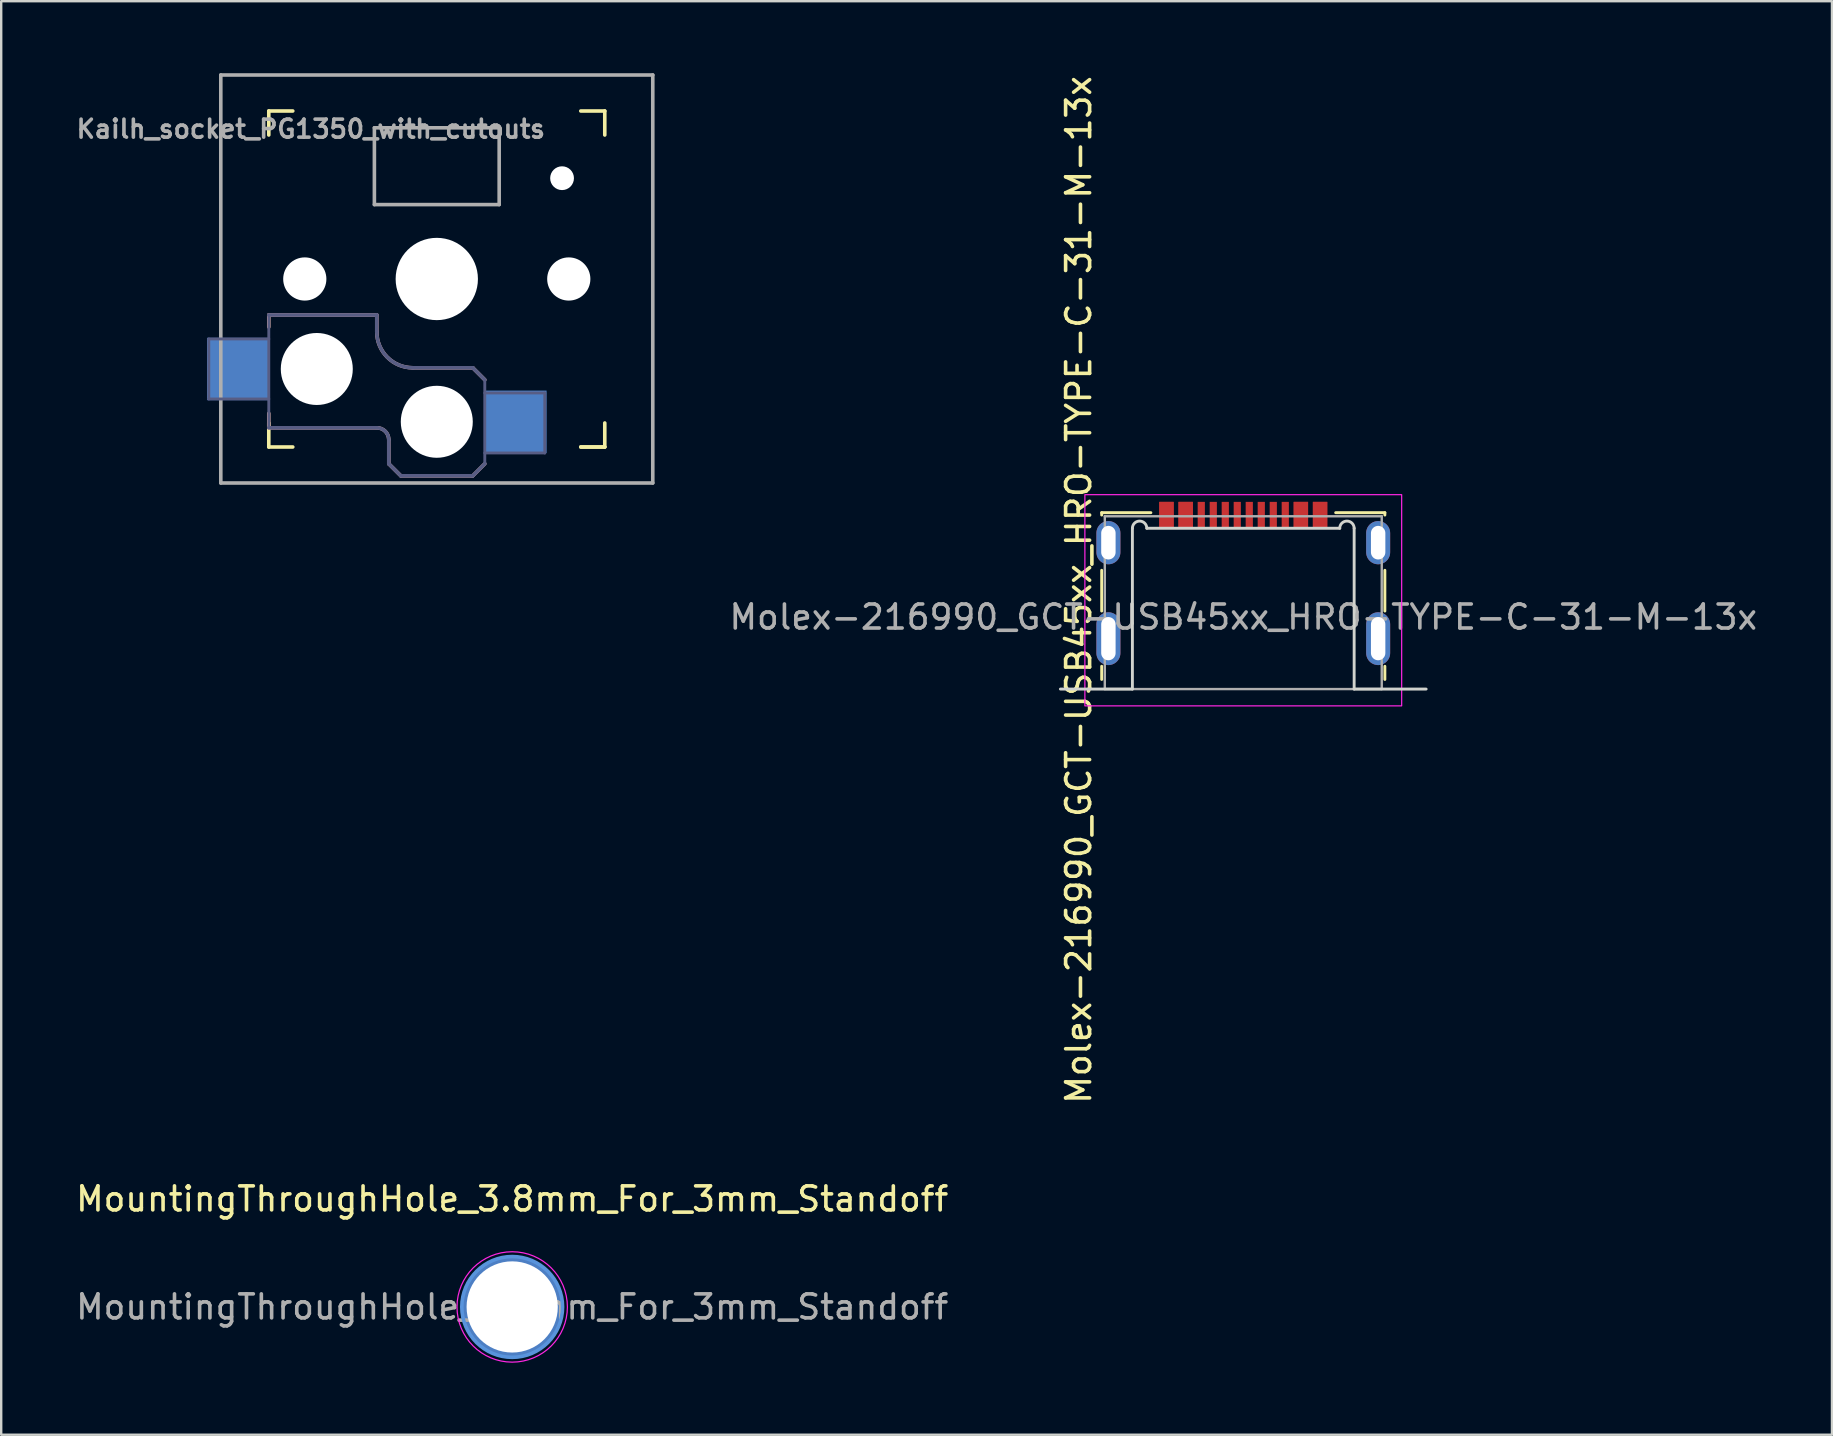
<source format=kicad_pcb>
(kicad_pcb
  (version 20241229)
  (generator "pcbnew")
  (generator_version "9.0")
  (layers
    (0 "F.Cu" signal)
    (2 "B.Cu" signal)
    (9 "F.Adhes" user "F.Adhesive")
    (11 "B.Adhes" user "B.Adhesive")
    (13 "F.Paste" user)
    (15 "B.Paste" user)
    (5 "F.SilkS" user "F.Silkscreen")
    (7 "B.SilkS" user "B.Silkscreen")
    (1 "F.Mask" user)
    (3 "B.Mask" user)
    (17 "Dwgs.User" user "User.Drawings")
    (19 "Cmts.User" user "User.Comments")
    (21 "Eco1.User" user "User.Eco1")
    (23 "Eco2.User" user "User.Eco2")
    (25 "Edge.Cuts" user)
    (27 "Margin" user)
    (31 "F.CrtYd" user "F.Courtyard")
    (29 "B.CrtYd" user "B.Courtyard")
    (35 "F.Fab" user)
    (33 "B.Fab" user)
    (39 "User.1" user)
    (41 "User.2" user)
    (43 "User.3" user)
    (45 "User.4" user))
  (footprint "MountingThroughHole_3.8mm_For_3mm_Standoff"
    (layer "F.Cu")
    (at 18.292 51.408)
    (property "Reference" "MountingThroughHole_3.8mm_For_3mm_Standoff" (at 0 -4.5 0) (layer "F.SilkS") (effects (font (size 1 1) (thickness 0.15))))
    (attr exclude_from_pos_files exclude_from_bom)
    (fp_circle (center 0 0) (end 2.1 0) (stroke (width 0.15) (type solid)) (fill no) (layer "Cmts.User"))
    (fp_circle (center 0 0) (end 2.3 0) (stroke (width 0.05) (type solid)) (fill no) (layer "F.CrtYd"))
    (fp_text user "${REFERENCE}" (at 0 0 0) (layer "F.Fab") (effects (font (size 1 1) (thickness 0.15))))
    (pad "1" thru_hole circle (at 0 0) (size 4.2 4.2) (drill 3.8) (layers "*.Cu" "*.Mask")))
  (footprint "Molex-216990_GCT-USB45xx_HRO-TYPE-C-31-M-13x"
    (layer "F.Cu")
    (at 48.755 25.662)
    (property "Reference" "Molex-216990_GCT-USB45xx_HRO-TYPE-C-31-M-13x" (at -6.858 -4.132 90) (unlocked yes) (layer "F.SilkS") (effects (font (size 1 1) (thickness 0.15))))
    (attr smd)
    (fp_line (start -5.9 -7.35) (end -5.9 -7.25) (stroke (width 0.12) (type solid)) (layer "F.SilkS"))
    (fp_line (start -5.9 -4.95) (end -5.9 -3.25) (stroke (width 0.12) (type solid)) (layer "F.SilkS"))
    (fp_line (start -5.9 -0.95) (end -5.9 -0.4) (stroke (width 0.12) (type solid)) (layer "F.SilkS"))
    (fp_line (start -3.85 -7.35) (end -5.9 -7.35) (stroke (width 0.12) (type solid)) (layer "F.SilkS"))
    (fp_line (start 5.9 -7.35) (end 3.85 -7.35) (stroke (width 0.12) (type solid)) (layer "F.SilkS"))
    (fp_line (start 5.9 -7.35) (end 5.9 -7.25) (stroke (width 0.12) (type solid)) (layer "F.SilkS"))
    (fp_line (start 5.9 -4.95) (end 5.9 -3.25) (stroke (width 0.12) (type solid)) (layer "F.SilkS"))
    (fp_line (start 5.9 -0.95) (end 5.9 -0.4) (stroke (width 0.12) (type solid)) (layer "F.SilkS"))
    (fp_line (start -7.62 0) (end -4.62 0) (stroke (width 0.12) (type solid)) (layer "Edge.Cuts"))
    (fp_line (start -4.62 0) (end -4.62 -6.7) (stroke (width 0.12) (type solid)) (layer "Edge.Cuts"))
    (fp_line (start -4.02 -6.7) (end 4.02 -6.7) (stroke (width 0.12) (type solid)) (layer "Edge.Cuts"))
    (fp_line (start 4.62 -6.7) (end 4.62 0) (stroke (width 0.12) (type solid)) (layer "Edge.Cuts"))
    (fp_line (start 4.62 0) (end 7.62 0) (stroke (width 0.12) (type solid)) (layer "Edge.Cuts"))
    (fp_arc (start -4.62 -6.7) (mid -4.32 -7) (end -4.02 -6.7) (stroke (width 0.12) (type solid)) (layer "Edge.Cuts"))
    (fp_arc (start 4.02 -6.7) (mid 4.32 -7) (end 4.62 -6.7) (stroke (width 0.12) (type solid)) (layer "Edge.Cuts"))
    (fp_rect (start -6.6 -8.1) (end 6.6 0.7) (stroke (width 0.05) (type solid)) (fill no) (layer "F.CrtYd"))
    (fp_line (start -5.77 -7.2) (end -5.77 0) (stroke (width 0.1) (type solid)) (layer "F.Fab"))
    (fp_line (start -5.77 0) (end 5.77 0) (stroke (width 0.1) (type solid)) (layer "F.Fab"))
    (fp_line (start 5.77 -7.2) (end -5.77 -7.2) (stroke (width 0.1) (type solid)) (layer "F.Fab"))
    (fp_line (start 5.77 0) (end 5.77 -7.2) (stroke (width 0.1) (type solid)) (layer "F.Fab"))
    (fp_text user "${REFERENCE}" (at 0 -3 0) (unlocked yes) (layer "F.Fab") (effects (font (size 1 1) (thickness 0.15))))
    (pad "A1" smd rect (at -3.2 -7.25) (size 0.6 1.1) (layers "F.Cu" "F.Mask" "F.Paste"))
    (pad "A4" smd rect (at -2.4 -7.25) (size 0.6 1.1) (layers "F.Cu" "F.Mask" "F.Paste"))
    (pad "A5" smd rect (at -1.25 -7.25) (size 0.3 1.1) (layers "F.Cu" "F.Mask" "F.Paste"))
    (pad "A6" smd rect (at -0.25 -7.25) (size 0.3 1.1) (layers "F.Cu" "F.Mask" "F.Paste"))
    (pad "A7" smd rect (at 0.25 -7.25) (size 0.3 1.1) (layers "F.Cu" "F.Mask" "F.Paste"))
    (pad "A8" smd rect (at 1.25 -7.25) (size 0.3 1.1) (layers "F.Cu" "F.Mask" "F.Paste"))
    (pad "A9" smd rect (at 2.4 -7.25) (size 0.6 1.1) (layers "F.Cu" "F.Mask" "F.Paste"))
    (pad "A12" smd rect (at 3.2 -7.25) (size 0.6 1.1) (layers "F.Cu" "F.Mask" "F.Paste"))
    (pad "B1" smd rect (at 3.2 -7.25) (size 0.6 1.1) (layers "F.Cu" "F.Mask" "F.Paste"))
    (pad "B4" smd rect (at 2.4 -7.25) (size 0.6 1.1) (layers "F.Cu" "F.Mask" "F.Paste"))
    (pad "B5" smd rect (at 1.75 -7.25) (size 0.3 1.1) (layers "F.Cu" "F.Mask" "F.Paste"))
    (pad "B6" smd rect (at 0.75 -7.25) (size 0.3 1.1) (layers "F.Cu" "F.Mask" "F.Paste"))
    (pad "B7" smd rect (at -0.75 -7.25) (size 0.3 1.1) (layers "F.Cu" "F.Mask" "F.Paste"))
    (pad "B8" smd rect (at -1.75 -7.25) (size 0.3 1.1) (layers "F.Cu" "F.Mask" "F.Paste"))
    (pad "B9" smd rect (at -2.4 -7.25) (size 0.6 1.1) (layers "F.Cu" "F.Mask" "F.Paste"))
    (pad "B12" smd rect (at -3.2 -7.25) (size 0.6 1.1) (layers "F.Cu" "F.Mask" "F.Paste"))
    (pad "S1" thru_hole oval (at -5.62 -6.1) (size 1 1.8) (drill oval 0.6 1.4) (layers "*.Cu" "*.Mask"))
    (pad "S1" thru_hole oval (at -5.62 -2.1) (size 1 2.2) (drill oval 0.6 1.8) (layers "*.Cu" "*.Mask"))
    (pad "S1" thru_hole oval (at 5.62 -6.1) (size 1 1.8) (drill oval 0.6 1.4) (layers "*.Cu" "*.Mask"))
    (pad "S1" thru_hole oval (at 5.62 -2.1) (size 1 2.2) (drill oval 0.6 1.8) (layers "*.Cu" "*.Mask")))
  (footprint "Kailh_socket_PG1350_with_cutouts"
    (layer "F.Cu")
    (at 15.15 8.575)
    (property "Reference" "Kailh_socket_PG1350_with_cutouts" (at -5.25 -6.25 180) (layer "F.Fab") (effects (font (size 0.75 0.75) (thickness 0.15))))
    (attr smd)
    (fp_line (start -7 -6) (end -7 -7) (stroke (width 0.15) (type solid)) (layer "F.SilkS"))
    (fp_line (start -7 7) (end -7 6) (stroke (width 0.15) (type solid)) (layer "F.SilkS"))
    (fp_line (start -7 7) (end -6 7) (stroke (width 0.15) (type solid)) (layer "F.SilkS"))
    (fp_line (start -6 -7) (end -7 -7) (stroke (width 0.15) (type solid)) (layer "F.SilkS"))
    (fp_line (start 6 7) (end 7 7) (stroke (width 0.15) (type solid)) (layer "F.SilkS"))
    (fp_line (start 7 -7) (end 6 -7) (stroke (width 0.15) (type solid)) (layer "F.SilkS"))
    (fp_line (start 7 -7) (end 7 -6) (stroke (width 0.15) (type solid)) (layer "F.SilkS"))
    (fp_line (start 7 6) (end 7 7) (stroke (width 0.15) (type solid)) (layer "F.SilkS"))
    (fp_line (start 7 7) (end 6 7) (stroke (width 0.15) (type solid)) (layer "F.SilkS"))
    (fp_line (start -7 1.5) (end -7 2) (stroke (width 0.15) (type solid)) (layer "B.SilkS"))
    (fp_line (start -7 1.5) (end -2.5 1.5) (stroke (width 0.15) (type solid)) (layer "B.SilkS"))
    (fp_line (start -7 5.6) (end -7 6.2) (stroke (width 0.15) (type solid)) (layer "B.SilkS"))
    (fp_line (start -7 6.2) (end -2.5 6.2) (stroke (width 0.15) (type solid)) (layer "B.SilkS"))
    (fp_line (start -2.5 2.2) (end -2.5 1.5) (stroke (width 0.15) (type solid)) (layer "B.SilkS"))
    (fp_line (start -2 6.7) (end -2 7.7) (stroke (width 0.15) (type solid)) (layer "B.SilkS"))
    (fp_line (start -1.5 8.2) (end -2 7.7) (stroke (width 0.15) (type solid)) (layer "B.SilkS"))
    (fp_line (start 1.5 3.7) (end -1 3.7) (stroke (width 0.15) (type solid)) (layer "B.SilkS"))
    (fp_line (start 1.5 8.2) (end -1.5 8.2) (stroke (width 0.15) (type solid)) (layer "B.SilkS"))
    (fp_line (start 2 4.2) (end 1.5 3.7) (stroke (width 0.15) (type solid)) (layer "B.SilkS"))
    (fp_line (start 2 7.7) (end 1.5 8.2) (stroke (width 0.15) (type solid)) (layer "B.SilkS"))
    (fp_arc (start -2.5 6.2) (mid -2.146447 6.346447) (end -2 6.7) (stroke (width 0.15) (type solid)) (layer "B.SilkS"))
    (fp_arc (start -1 3.7) (mid -2.06066 3.26066) (end -2.5 2.2) (stroke (width 0.15) (type solid)) (layer "B.SilkS"))
    (fp_line (start -6.9 6.9) (end -6.9 -6.9) (stroke (width 0.15) (type solid)) (layer "Eco2.User"))
    (fp_line (start -6.9 6.9) (end 6.9 6.9) (stroke (width 0.15) (type solid)) (layer "Eco2.User"))
    (fp_line (start 6.9 -6.9) (end -6.9 -6.9) (stroke (width 0.15) (type solid)) (layer "Eco2.User"))
    (fp_line (start 6.9 -6.9) (end 6.9 6.9) (stroke (width 0.15) (type solid)) (layer "Eco2.User"))
    (fp_line (start -9.5 2.5) (end -7 2.5) (stroke (width 0.12) (type solid)) (layer "B.Fab"))
    (fp_line (start -9.5 5) (end -9.5 2.5) (stroke (width 0.12) (type solid)) (layer "B.Fab"))
    (fp_line (start -7 1.5) (end -7 6.2) (stroke (width 0.12) (type solid)) (layer "B.Fab"))
    (fp_line (start -7 5) (end -9.5 5) (stroke (width 0.12) (type solid)) (layer "B.Fab"))
    (fp_line (start -7 6.2) (end -2.5 6.2) (stroke (width 0.15) (type solid)) (layer "B.Fab"))
    (fp_line (start -2.5 1.5) (end -7 1.5) (stroke (width 0.15) (type solid)) (layer "B.Fab"))
    (fp_line (start -2.5 2.2) (end -2.5 1.5) (stroke (width 0.15) (type solid)) (layer "B.Fab"))
    (fp_line (start -2 6.7) (end -2 7.7) (stroke (width 0.15) (type solid)) (layer "B.Fab"))
    (fp_line (start -1.5 8.2) (end -2 7.7) (stroke (width 0.15) (type solid)) (layer "B.Fab"))
    (fp_line (start 1.5 3.7) (end -1 3.7) (stroke (width 0.15) (type solid)) (layer "B.Fab"))
    (fp_line (start 1.5 8.2) (end -1.5 8.2) (stroke (width 0.15) (type solid)) (layer "B.Fab"))
    (fp_line (start 2 4.2) (end 1.5 3.7) (stroke (width 0.15) (type solid)) (layer "B.Fab"))
    (fp_line (start 2 4.25) (end 2 7.7) (stroke (width 0.12) (type solid)) (layer "B.Fab"))
    (fp_line (start 2 4.75) (end 4.5 4.75) (stroke (width 0.12) (type solid)) (layer "B.Fab"))
    (fp_line (start 2 7.7) (end 1.5 8.2) (stroke (width 0.15) (type solid)) (layer "B.Fab"))
    (fp_line (start 4.5 4.75) (end 4.5 7.25) (stroke (width 0.12) (type solid)) (layer "B.Fab"))
    (fp_line (start 4.5 7.25) (end 2 7.25) (stroke (width 0.12) (type solid)) (layer "B.Fab"))
    (fp_arc (start -2.5 6.2) (mid -2.146447 6.346447) (end -2 6.7) (stroke (width 0.15) (type solid)) (layer "B.Fab"))
    (fp_arc (start -1 3.7) (mid -2.06066 3.26066) (end -2.5 2.2) (stroke (width 0.15) (type solid)) (layer "B.Fab"))
    (fp_line (start -9 -8.5) (end 9 -8.5) (stroke (width 0.15) (type solid)) (layer "F.Fab"))
    (fp_line (start -9 8.5) (end -9 -8.5) (stroke (width 0.15) (type solid)) (layer "F.Fab"))
    (fp_line (start -2.6 -3.1) (end -2.6 -6.3) (stroke (width 0.15) (type solid)) (layer "F.Fab"))
    (fp_line (start -2.6 -3.1) (end 2.6 -3.1) (stroke (width 0.15) (type solid)) (layer "F.Fab"))
    (fp_line (start 2.6 -6.3) (end -2.6 -6.3) (stroke (width 0.15) (type solid)) (layer "F.Fab"))
    (fp_line (start 2.6 -3.1) (end 2.6 -6.3) (stroke (width 0.15) (type solid)) (layer "F.Fab"))
    (fp_line (start 9 -8.5) (end 9 8.5) (stroke (width 0.15) (type solid)) (layer "F.Fab"))
    (fp_line (start 9 8.5) (end -9 8.5) (stroke (width 0.15) (type solid)) (layer "F.Fab"))
    (fp_line (start -9.6 2.4) (end -6.123 -0.694) (stroke (width 0.15) (type solid)) (layer "User.6"))
    (fp_line (start -9.6 5.1) (end -9.6 2.4) (stroke (width 0.15) (type solid)) (layer "User.6"))
    (fp_line (start -9.6 5.1) (end -7.5 6.5) (stroke (width 0.15) (type solid)) (layer "User.6"))
    (fp_line (start -7.5 6.5) (end -2.8 8.5) (stroke (width 0.15) (type solid)) (layer "User.6"))
    (fp_line (start -2.8 8.5) (end 2.5 8.5) (stroke (width 0.15) (type solid)) (layer "User.6"))
    (fp_line (start -0.215 -1.686) (end -5.665 -0.893) (stroke (width 0.15) (type solid)) (layer "User.6"))
    (fp_line (start 4.65 4.6) (end 1.433 -0.915) (stroke (width 0.15) (type solid)) (layer "User.6"))
    (fp_line (start 4.65 4.6) (end 4.65 7.3) (stroke (width 0.15) (type solid)) (layer "User.6"))
    (fp_line (start 4.65 7.3) (end 2.5 8.5) (stroke (width 0.15) (type solid)) (layer "User.6"))
    (fp_arc (start -6.122741 -0.694116) (mid -5.907861 -0.825765) (end -5.664894 -0.892636) (stroke (width 0.15) (type solid)) (layer "User.6"))
    (fp_arc (start -0.215274 -1.686315) (mid 0.72057 -1.539632) (end 1.432504 -0.914756) (stroke (width 0.15) (type solid)) (layer "User.6"))
    (fp_circle (center 5.5 0) (end 6.45 0) (stroke (width 0.15) (type solid)) (fill no) (layer "User.6"))
    (pad "" np_thru_hole circle (at -5.5 0) (size 1.8 1.8) (drill 1.8) (layers "*.Cu" "*.Mask"))
    (pad "" np_thru_hole circle (at -5 3.75 180) (size 3 3) (drill 3) (layers "*.Cu" "*.Mask"))
    (pad "" np_thru_hole circle (at 0 0) (size 3.429 3.429) (drill 3.429) (layers "*.Cu" "*.Mask"))
    (pad "" np_thru_hole circle (at 0 5.95 180) (size 3 3) (drill 3) (layers "*.Cu" "*.Mask"))
    (pad "" np_thru_hole circle (at 5.22 -4.2) (size 0.991 0.991) (drill 0.991) (layers "*.Cu" "*.Mask"))
    (pad "" np_thru_hole circle (at 5.5 0) (size 1.8 1.8) (drill 1.8) (layers "*.Cu" "*.Mask"))
    (pad "1" smd rect (at 3.275 5.95) (size 2.6 2.6) (layers "B.Cu" "B.Mask" "B.Paste"))
    (pad "2" smd rect (at -8.275 3.75) (size 2.6 2.6) (layers "B.Cu" "B.Mask" "B.Paste")))
  (gr_rect
    (start -3 -3)
    (end 73.285 56.733)
    (stroke (width 0.1) (type default))
    (fill no)
    (layer "Edge.Cuts")))
</source>
